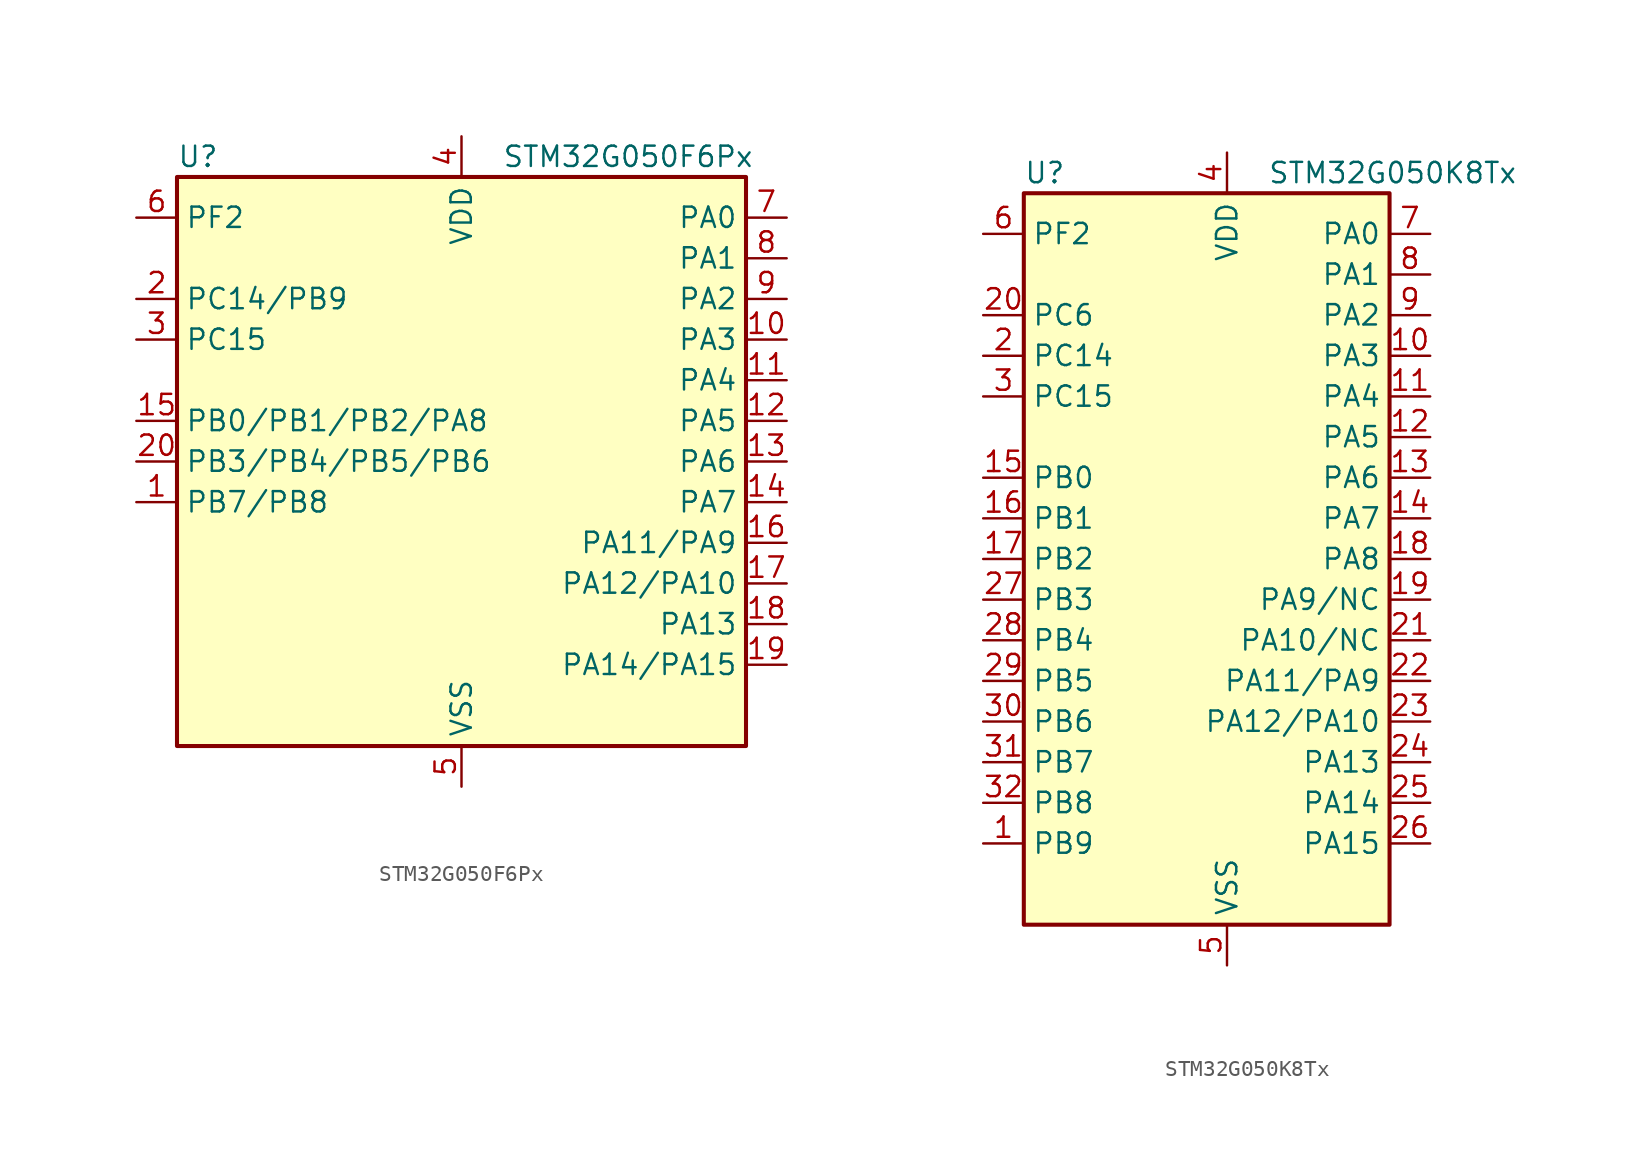
<source format=kicad_sym>
(kicad_symbol_lib
  (version 20231120)
  (generator "kicad_symbol_editor")
  (generator_version "8.0")
  (symbol "STM32G050F6Px"
    (property "Reference" "U"
      (at -17.78 19.05 0)
      (effects (font (size 1.27 1.27)) (justify left)))
    (property "Value" "STM32G050F6Px"
      (at 2.54 19.05 0)
      (effects (font (size 1.27 1.27)) (justify left)))
    (property "ki_locked" ""
      (at 0 0 0)
      (effects (font (size 1.27 1.27))))
    (symbol "STM32G050F6Px_0_1"
      (rectangle (start -17.78 -17.78) (end 17.78 17.78) (stroke (width 0.254) (type default)) (fill (type background))))
    (symbol "STM32G050F6Px_1_1"
      (pin bidirectional line (at -20.32 -2.54 0) (length 2.54) (name "PB7/PB8" (effects (font (size 1.27 1.27)))) (number "1" (effects (font (size 1.27 1.27)))) (alternate "ADC1_IN11" bidirectional line) (alternate "I2C1_SDA" bidirectional line) (alternate "SPI2_MOSI" bidirectional line) (alternate "SYS_PVD_IN" bidirectional line) (alternate "TIM17_CH1N" bidirectional line) (alternate "USART1_RX" bidirectional line))
      (pin bidirectional line (at 20.32 7.62 180) (length 2.54) (name "PA3" (effects (font (size 1.27 1.27)))) (number "10" (effects (font (size 1.27 1.27)))) (alternate "ADC1_IN3" bidirectional line) (alternate "SPI2_MISO" bidirectional line) (alternate "TIM15_CH2" bidirectional line) (alternate "USART2_RX" bidirectional line))
      (pin bidirectional line (at 20.32 5.08 180) (length 2.54) (name "PA4" (effects (font (size 1.27 1.27)))) (number "11" (effects (font (size 1.27 1.27)))) (alternate "ADC1_IN4" bidirectional line) (alternate "I2S1_WS" bidirectional line) (alternate "RTC_OUT1" bidirectional line) (alternate "RTC_TAMP_IN1" bidirectional line) (alternate "RTC_TS" bidirectional line) (alternate "SPI1_NSS" bidirectional line) (alternate "SPI2_MOSI" bidirectional line) (alternate "SYS_WKUP2" bidirectional line) (alternate "TIM14_CH1" bidirectional line))
      (pin bidirectional line (at 20.32 2.54 180) (length 2.54) (name "PA5" (effects (font (size 1.27 1.27)))) (number "12" (effects (font (size 1.27 1.27)))) (alternate "ADC1_IN5" bidirectional line) (alternate "I2S1_CK" bidirectional line) (alternate "SPI1_SCK" bidirectional line))
      (pin bidirectional line (at 20.32 0 180) (length 2.54) (name "PA6" (effects (font (size 1.27 1.27)))) (number "13" (effects (font (size 1.27 1.27)))) (alternate "ADC1_IN6" bidirectional line) (alternate "I2S1_MCK" bidirectional line) (alternate "SPI1_MISO" bidirectional line) (alternate "TIM16_CH1" bidirectional line) (alternate "TIM1_BK" bidirectional line) (alternate "TIM3_CH1" bidirectional line))
      (pin bidirectional line (at 20.32 -2.54 180) (length 2.54) (name "PA7" (effects (font (size 1.27 1.27)))) (number "14" (effects (font (size 1.27 1.27)))) (alternate "ADC1_IN7" bidirectional line) (alternate "I2S1_SD" bidirectional line) (alternate "SPI1_MOSI" bidirectional line) (alternate "TIM14_CH1" bidirectional line) (alternate "TIM17_CH1" bidirectional line) (alternate "TIM1_CH1N" bidirectional line) (alternate "TIM3_CH2" bidirectional line))
      (pin bidirectional line (at -20.32 2.54 0) (length 2.54) (name "PB0/PB1/PB2/PA8" (effects (font (size 1.27 1.27)))) (number "15" (effects (font (size 1.27 1.27)))) (alternate "ADC1_IN8" bidirectional line) (alternate "I2S1_WS" bidirectional line) (alternate "SPI1_NSS" bidirectional line) (alternate "TIM1_CH2N" bidirectional line) (alternate "TIM3_CH3" bidirectional line))
      (pin bidirectional line (at 20.32 -5.08 180) (length 2.54) (name "PA11/PA9" (effects (font (size 1.27 1.27)))) (number "16" (effects (font (size 1.27 1.27)))) (alternate "ADC1_EXTI11" bidirectional line) (alternate "ADC1_IN15" bidirectional line) (alternate "I2C2_SCL" bidirectional line) (alternate "I2S1_MCK" bidirectional line) (alternate "SPI1_MISO" bidirectional line) (alternate "TIM1_BK2" bidirectional line) (alternate "TIM1_CH4" bidirectional line) (alternate "USART1_CTS" bidirectional line) (alternate "USART1_NSS" bidirectional line))
      (pin bidirectional line (at 20.32 -7.62 180) (length 2.54) (name "PA12/PA10" (effects (font (size 1.27 1.27)))) (number "17" (effects (font (size 1.27 1.27)))) (alternate "ADC1_IN16" bidirectional line) (alternate "I2C2_SDA" bidirectional line) (alternate "I2S1_SD" bidirectional line) (alternate "I2S_CKIN" bidirectional line) (alternate "SPI1_MOSI" bidirectional line) (alternate "TIM1_ETR" bidirectional line) (alternate "USART1_CK" bidirectional line) (alternate "USART1_DE" bidirectional line) (alternate "USART1_RTS" bidirectional line))
      (pin bidirectional line (at 20.32 -10.16 180) (length 2.54) (name "PA13" (effects (font (size 1.27 1.27)))) (number "18" (effects (font (size 1.27 1.27)))) (alternate "ADC1_IN17" bidirectional line) (alternate "IR_OUT" bidirectional line) (alternate "SYS_SWDIO" bidirectional line))
      (pin bidirectional line (at 20.32 -12.7 180) (length 2.54) (name "PA14/PA15" (effects (font (size 1.27 1.27)))) (number "19" (effects (font (size 1.27 1.27)))) (alternate "ADC1_IN18" bidirectional line) (alternate "SYS_SWCLK" bidirectional line) (alternate "USART2_TX" bidirectional line))
      (pin bidirectional line (at -20.32 10.16 0) (length 2.54) (name "PC14/PB9" (effects (font (size 1.27 1.27)))) (number "2" (effects (font (size 1.27 1.27)))) (alternate "RCC_OSC32_IN" bidirectional line) (alternate "RCC_OSC_IN" bidirectional line) (alternate "TIM1_BK2" bidirectional line))
      (pin bidirectional line (at -20.32 0 0) (length 2.54) (name "PB3/PB4/PB5/PB6" (effects (font (size 1.27 1.27)))) (number "20" (effects (font (size 1.27 1.27)))) (alternate "I2S1_CK" bidirectional line) (alternate "SPI1_SCK" bidirectional line) (alternate "TIM1_CH2" bidirectional line) (alternate "USART1_CK" bidirectional line) (alternate "USART1_DE" bidirectional line) (alternate "USART1_RTS" bidirectional line))
      (pin bidirectional line (at -20.32 7.62 0) (length 2.54) (name "PC15" (effects (font (size 1.27 1.27)))) (number "3" (effects (font (size 1.27 1.27)))) (alternate "RCC_OSC32_EN" bidirectional line) (alternate "RCC_OSC32_OUT" bidirectional line) (alternate "RCC_OSC_EN" bidirectional line) (alternate "TIM15_BK" bidirectional line))
      (pin power_in line (at 0 20.32 270) (length 2.54) (name "VDD" (effects (font (size 1.27 1.27)))) (number "4" (effects (font (size 1.27 1.27)))))
      (pin power_in line (at 0 -20.32 90) (length 2.54) (name "VSS" (effects (font (size 1.27 1.27)))) (number "5" (effects (font (size 1.27 1.27)))))
      (pin bidirectional line (at -20.32 15.24 0) (length 2.54) (name "PF2" (effects (font (size 1.27 1.27)))) (number "6" (effects (font (size 1.27 1.27)))) (alternate "RCC_MCO" bidirectional line))
      (pin bidirectional line (at 20.32 15.24 180) (length 2.54) (name "PA0" (effects (font (size 1.27 1.27)))) (number "7" (effects (font (size 1.27 1.27)))) (alternate "ADC1_IN0" bidirectional line) (alternate "RTC_TAMP_IN2" bidirectional line) (alternate "SPI2_SCK" bidirectional line) (alternate "SYS_WKUP1" bidirectional line) (alternate "USART2_CTS" bidirectional line) (alternate "USART2_NSS" bidirectional line))
      (pin bidirectional line (at 20.32 12.7 180) (length 2.54) (name "PA1" (effects (font (size 1.27 1.27)))) (number "8" (effects (font (size 1.27 1.27)))) (alternate "ADC1_IN1" bidirectional line) (alternate "I2C1_SMBA" bidirectional line) (alternate "I2S1_CK" bidirectional line) (alternate "SPI1_SCK" bidirectional line) (alternate "TIM15_CH1N" bidirectional line) (alternate "USART2_CK" bidirectional line) (alternate "USART2_DE" bidirectional line) (alternate "USART2_RTS" bidirectional line))
      (pin bidirectional line (at 20.32 10.16 180) (length 2.54) (name "PA2" (effects (font (size 1.27 1.27)))) (number "9" (effects (font (size 1.27 1.27)))) (alternate "ADC1_IN2" bidirectional line) (alternate "I2S1_SD" bidirectional line) (alternate "RCC_LSCO" bidirectional line) (alternate "SPI1_MOSI" bidirectional line) (alternate "SYS_WKUP4" bidirectional line) (alternate "TIM15_CH1" bidirectional line) (alternate "USART2_TX" bidirectional line))))
  (symbol "STM32G050K8Tx"
    (property "Reference" "U"
      (at -10.16 24.13 0)
      (effects (font (size 1.27 1.27)) (justify left)))
    (property "Value" "STM32G050K8Tx"
      (at 5.08 24.13 0)
      (effects (font (size 1.27 1.27)) (justify left)))
    (property "ki_locked" ""
      (at 0 0 0)
      (effects (font (size 1.27 1.27))))
    (symbol "STM32G050K8Tx_0_1"
      (rectangle (start -10.16 -22.86) (end 12.7 22.86) (stroke (width 0.254) (type default)) (fill (type background))))
    (symbol "STM32G050K8Tx_1_1"
      (pin bidirectional line (at -12.7 -17.78 0) (length 2.54) (name "PB9" (effects (font (size 1.27 1.27)))) (number "1" (effects (font (size 1.27 1.27)))) (alternate "I2C1_SDA" bidirectional line) (alternate "IR_OUT" bidirectional line) (alternate "SPI2_NSS" bidirectional line) (alternate "TIM17_CH1" bidirectional line))
      (pin bidirectional line (at 15.24 12.7 180) (length 2.54) (name "PA3" (effects (font (size 1.27 1.27)))) (number "10" (effects (font (size 1.27 1.27)))) (alternate "ADC1_IN3" bidirectional line) (alternate "SPI2_MISO" bidirectional line) (alternate "TIM15_CH2" bidirectional line) (alternate "USART2_RX" bidirectional line))
      (pin bidirectional line (at 15.24 10.16 180) (length 2.54) (name "PA4" (effects (font (size 1.27 1.27)))) (number "11" (effects (font (size 1.27 1.27)))) (alternate "ADC1_IN4" bidirectional line) (alternate "I2S1_WS" bidirectional line) (alternate "RTC_OUT1" bidirectional line) (alternate "RTC_TAMP_IN1" bidirectional line) (alternate "RTC_TS" bidirectional line) (alternate "SPI1_NSS" bidirectional line) (alternate "SPI2_MOSI" bidirectional line) (alternate "SYS_WKUP2" bidirectional line) (alternate "TIM14_CH1" bidirectional line))
      (pin bidirectional line (at 15.24 7.62 180) (length 2.54) (name "PA5" (effects (font (size 1.27 1.27)))) (number "12" (effects (font (size 1.27 1.27)))) (alternate "ADC1_IN5" bidirectional line) (alternate "I2S1_CK" bidirectional line) (alternate "SPI1_SCK" bidirectional line))
      (pin bidirectional line (at 15.24 5.08 180) (length 2.54) (name "PA6" (effects (font (size 1.27 1.27)))) (number "13" (effects (font (size 1.27 1.27)))) (alternate "ADC1_IN6" bidirectional line) (alternate "I2S1_MCK" bidirectional line) (alternate "SPI1_MISO" bidirectional line) (alternate "TIM16_CH1" bidirectional line) (alternate "TIM1_BK" bidirectional line) (alternate "TIM3_CH1" bidirectional line))
      (pin bidirectional line (at 15.24 2.54 180) (length 2.54) (name "PA7" (effects (font (size 1.27 1.27)))) (number "14" (effects (font (size 1.27 1.27)))) (alternate "ADC1_IN7" bidirectional line) (alternate "I2S1_SD" bidirectional line) (alternate "SPI1_MOSI" bidirectional line) (alternate "TIM14_CH1" bidirectional line) (alternate "TIM17_CH1" bidirectional line) (alternate "TIM1_CH1N" bidirectional line) (alternate "TIM3_CH2" bidirectional line))
      (pin bidirectional line (at -12.7 5.08 0) (length 2.54) (name "PB0" (effects (font (size 1.27 1.27)))) (number "15" (effects (font (size 1.27 1.27)))) (alternate "ADC1_IN8" bidirectional line) (alternate "I2S1_WS" bidirectional line) (alternate "SPI1_NSS" bidirectional line) (alternate "TIM1_CH2N" bidirectional line) (alternate "TIM3_CH3" bidirectional line))
      (pin bidirectional line (at -12.7 2.54 0) (length 2.54) (name "PB1" (effects (font (size 1.27 1.27)))) (number "16" (effects (font (size 1.27 1.27)))) (alternate "ADC1_IN9" bidirectional line) (alternate "TIM14_CH1" bidirectional line) (alternate "TIM1_CH3N" bidirectional line) (alternate "TIM3_CH4" bidirectional line))
      (pin bidirectional line (at -12.7 0 0) (length 2.54) (name "PB2" (effects (font (size 1.27 1.27)))) (number "17" (effects (font (size 1.27 1.27)))) (alternate "ADC1_IN10" bidirectional line) (alternate "SPI2_MISO" bidirectional line))
      (pin bidirectional line (at 15.24 0 180) (length 2.54) (name "PA8" (effects (font (size 1.27 1.27)))) (number "18" (effects (font (size 1.27 1.27)))) (alternate "RCC_MCO" bidirectional line) (alternate "SPI2_NSS" bidirectional line) (alternate "TIM1_CH1" bidirectional line))
      (pin bidirectional line (at 15.24 -2.54 180) (length 2.54) (name "PA9/NC" (effects (font (size 1.27 1.27)))) (number "19" (effects (font (size 1.27 1.27)))) (alternate "I2C1_SCL" bidirectional line) (alternate "RCC_MCO" bidirectional line) (alternate "SPI2_MISO" bidirectional line) (alternate "TIM15_BK" bidirectional line) (alternate "TIM1_CH2" bidirectional line) (alternate "USART1_TX" bidirectional line))
      (pin bidirectional line (at -12.7 12.7 0) (length 2.54) (name "PC14" (effects (font (size 1.27 1.27)))) (number "2" (effects (font (size 1.27 1.27)))) (alternate "RCC_OSC32_IN" bidirectional line) (alternate "RCC_OSC_IN" bidirectional line) (alternate "TIM1_BK2" bidirectional line))
      (pin bidirectional line (at -12.7 15.24 0) (length 2.54) (name "PC6" (effects (font (size 1.27 1.27)))) (number "20" (effects (font (size 1.27 1.27)))) (alternate "TIM3_CH1" bidirectional line))
      (pin bidirectional line (at 15.24 -5.08 180) (length 2.54) (name "PA10/NC" (effects (font (size 1.27 1.27)))) (number "21" (effects (font (size 1.27 1.27)))) (alternate "I2C1_SDA" bidirectional line) (alternate "SPI2_MOSI" bidirectional line) (alternate "TIM17_BK" bidirectional line) (alternate "TIM1_CH3" bidirectional line) (alternate "USART1_RX" bidirectional line))
      (pin bidirectional line (at 15.24 -7.62 180) (length 2.54) (name "PA11/PA9" (effects (font (size 1.27 1.27)))) (number "22" (effects (font (size 1.27 1.27)))) (alternate "ADC1_EXTI11" bidirectional line) (alternate "ADC1_IN15" bidirectional line) (alternate "I2C2_SCL" bidirectional line) (alternate "I2S1_MCK" bidirectional line) (alternate "SPI1_MISO" bidirectional line) (alternate "TIM1_BK2" bidirectional line) (alternate "TIM1_CH4" bidirectional line) (alternate "USART1_CTS" bidirectional line) (alternate "USART1_NSS" bidirectional line))
      (pin bidirectional line (at 15.24 -10.16 180) (length 2.54) (name "PA12/PA10" (effects (font (size 1.27 1.27)))) (number "23" (effects (font (size 1.27 1.27)))) (alternate "ADC1_IN16" bidirectional line) (alternate "I2C2_SDA" bidirectional line) (alternate "I2S1_SD" bidirectional line) (alternate "I2S_CKIN" bidirectional line) (alternate "SPI1_MOSI" bidirectional line) (alternate "TIM1_ETR" bidirectional line) (alternate "USART1_CK" bidirectional line) (alternate "USART1_DE" bidirectional line) (alternate "USART1_RTS" bidirectional line))
      (pin bidirectional line (at 15.24 -12.7 180) (length 2.54) (name "PA13" (effects (font (size 1.27 1.27)))) (number "24" (effects (font (size 1.27 1.27)))) (alternate "ADC1_IN17" bidirectional line) (alternate "IR_OUT" bidirectional line) (alternate "SYS_SWDIO" bidirectional line))
      (pin bidirectional line (at 15.24 -15.24 180) (length 2.54) (name "PA14" (effects (font (size 1.27 1.27)))) (number "25" (effects (font (size 1.27 1.27)))) (alternate "ADC1_IN18" bidirectional line) (alternate "SYS_SWCLK" bidirectional line) (alternate "USART2_TX" bidirectional line))
      (pin bidirectional line (at 15.24 -17.78 180) (length 2.54) (name "PA15" (effects (font (size 1.27 1.27)))) (number "26" (effects (font (size 1.27 1.27)))) (alternate "I2S1_WS" bidirectional line) (alternate "SPI1_NSS" bidirectional line) (alternate "USART2_RX" bidirectional line))
      (pin bidirectional line (at -12.7 -2.54 0) (length 2.54) (name "PB3" (effects (font (size 1.27 1.27)))) (number "27" (effects (font (size 1.27 1.27)))) (alternate "I2S1_CK" bidirectional line) (alternate "SPI1_SCK" bidirectional line) (alternate "TIM1_CH2" bidirectional line) (alternate "USART1_CK" bidirectional line) (alternate "USART1_DE" bidirectional line) (alternate "USART1_RTS" bidirectional line))
      (pin bidirectional line (at -12.7 -5.08 0) (length 2.54) (name "PB4" (effects (font (size 1.27 1.27)))) (number "28" (effects (font (size 1.27 1.27)))) (alternate "I2S1_MCK" bidirectional line) (alternate "SPI1_MISO" bidirectional line) (alternate "TIM17_BK" bidirectional line) (alternate "TIM3_CH1" bidirectional line) (alternate "USART1_CTS" bidirectional line) (alternate "USART1_NSS" bidirectional line))
      (pin bidirectional line (at -12.7 -7.62 0) (length 2.54) (name "PB5" (effects (font (size 1.27 1.27)))) (number "29" (effects (font (size 1.27 1.27)))) (alternate "I2C1_SMBA" bidirectional line) (alternate "I2S1_SD" bidirectional line) (alternate "SPI1_MOSI" bidirectional line) (alternate "SYS_WKUP6" bidirectional line) (alternate "TIM16_BK" bidirectional line) (alternate "TIM3_CH2" bidirectional line))
      (pin bidirectional line (at -12.7 10.16 0) (length 2.54) (name "PC15" (effects (font (size 1.27 1.27)))) (number "3" (effects (font (size 1.27 1.27)))) (alternate "RCC_OSC32_EN" bidirectional line) (alternate "RCC_OSC32_OUT" bidirectional line) (alternate "RCC_OSC_EN" bidirectional line) (alternate "TIM15_BK" bidirectional line))
      (pin bidirectional line (at -12.7 -10.16 0) (length 2.54) (name "PB6" (effects (font (size 1.27 1.27)))) (number "30" (effects (font (size 1.27 1.27)))) (alternate "I2C1_SCL" bidirectional line) (alternate "SPI2_MISO" bidirectional line) (alternate "TIM16_CH1N" bidirectional line) (alternate "TIM1_CH3" bidirectional line) (alternate "USART1_TX" bidirectional line))
      (pin bidirectional line (at -12.7 -12.7 0) (length 2.54) (name "PB7" (effects (font (size 1.27 1.27)))) (number "31" (effects (font (size 1.27 1.27)))) (alternate "ADC1_IN11" bidirectional line) (alternate "I2C1_SDA" bidirectional line) (alternate "SPI2_MOSI" bidirectional line) (alternate "SYS_PVD_IN" bidirectional line) (alternate "TIM17_CH1N" bidirectional line) (alternate "USART1_RX" bidirectional line))
      (pin bidirectional line (at -12.7 -15.24 0) (length 2.54) (name "PB8" (effects (font (size 1.27 1.27)))) (number "32" (effects (font (size 1.27 1.27)))) (alternate "I2C1_SCL" bidirectional line) (alternate "SPI2_SCK" bidirectional line) (alternate "TIM15_BK" bidirectional line) (alternate "TIM16_CH1" bidirectional line))
      (pin power_in line (at 2.54 25.4 270) (length 2.54) (name "VDD" (effects (font (size 1.27 1.27)))) (number "4" (effects (font (size 1.27 1.27)))))
      (pin power_in line (at 2.54 -25.4 90) (length 2.54) (name "VSS" (effects (font (size 1.27 1.27)))) (number "5" (effects (font (size 1.27 1.27)))))
      (pin bidirectional line (at -12.7 20.32 0) (length 2.54) (name "PF2" (effects (font (size 1.27 1.27)))) (number "6" (effects (font (size 1.27 1.27)))) (alternate "RCC_MCO" bidirectional line))
      (pin bidirectional line (at 15.24 20.32 180) (length 2.54) (name "PA0" (effects (font (size 1.27 1.27)))) (number "7" (effects (font (size 1.27 1.27)))) (alternate "ADC1_IN0" bidirectional line) (alternate "RTC_TAMP_IN2" bidirectional line) (alternate "SPI2_SCK" bidirectional line) (alternate "SYS_WKUP1" bidirectional line) (alternate "USART2_CTS" bidirectional line) (alternate "USART2_NSS" bidirectional line))
      (pin bidirectional line (at 15.24 17.78 180) (length 2.54) (name "PA1" (effects (font (size 1.27 1.27)))) (number "8" (effects (font (size 1.27 1.27)))) (alternate "ADC1_IN1" bidirectional line) (alternate "I2C1_SMBA" bidirectional line) (alternate "I2S1_CK" bidirectional line) (alternate "SPI1_SCK" bidirectional line) (alternate "TIM15_CH1N" bidirectional line) (alternate "USART2_CK" bidirectional line) (alternate "USART2_DE" bidirectional line) (alternate "USART2_RTS" bidirectional line))
      (pin bidirectional line (at 15.24 15.24 180) (length 2.54) (name "PA2" (effects (font (size 1.27 1.27)))) (number "9" (effects (font (size 1.27 1.27)))) (alternate "ADC1_IN2" bidirectional line) (alternate "I2S1_SD" bidirectional line) (alternate "RCC_LSCO" bidirectional line) (alternate "SPI1_MOSI" bidirectional line) (alternate "SYS_WKUP4" bidirectional line) (alternate "TIM15_CH1" bidirectional line) (alternate "USART2_TX" bidirectional line)))))
</source>
